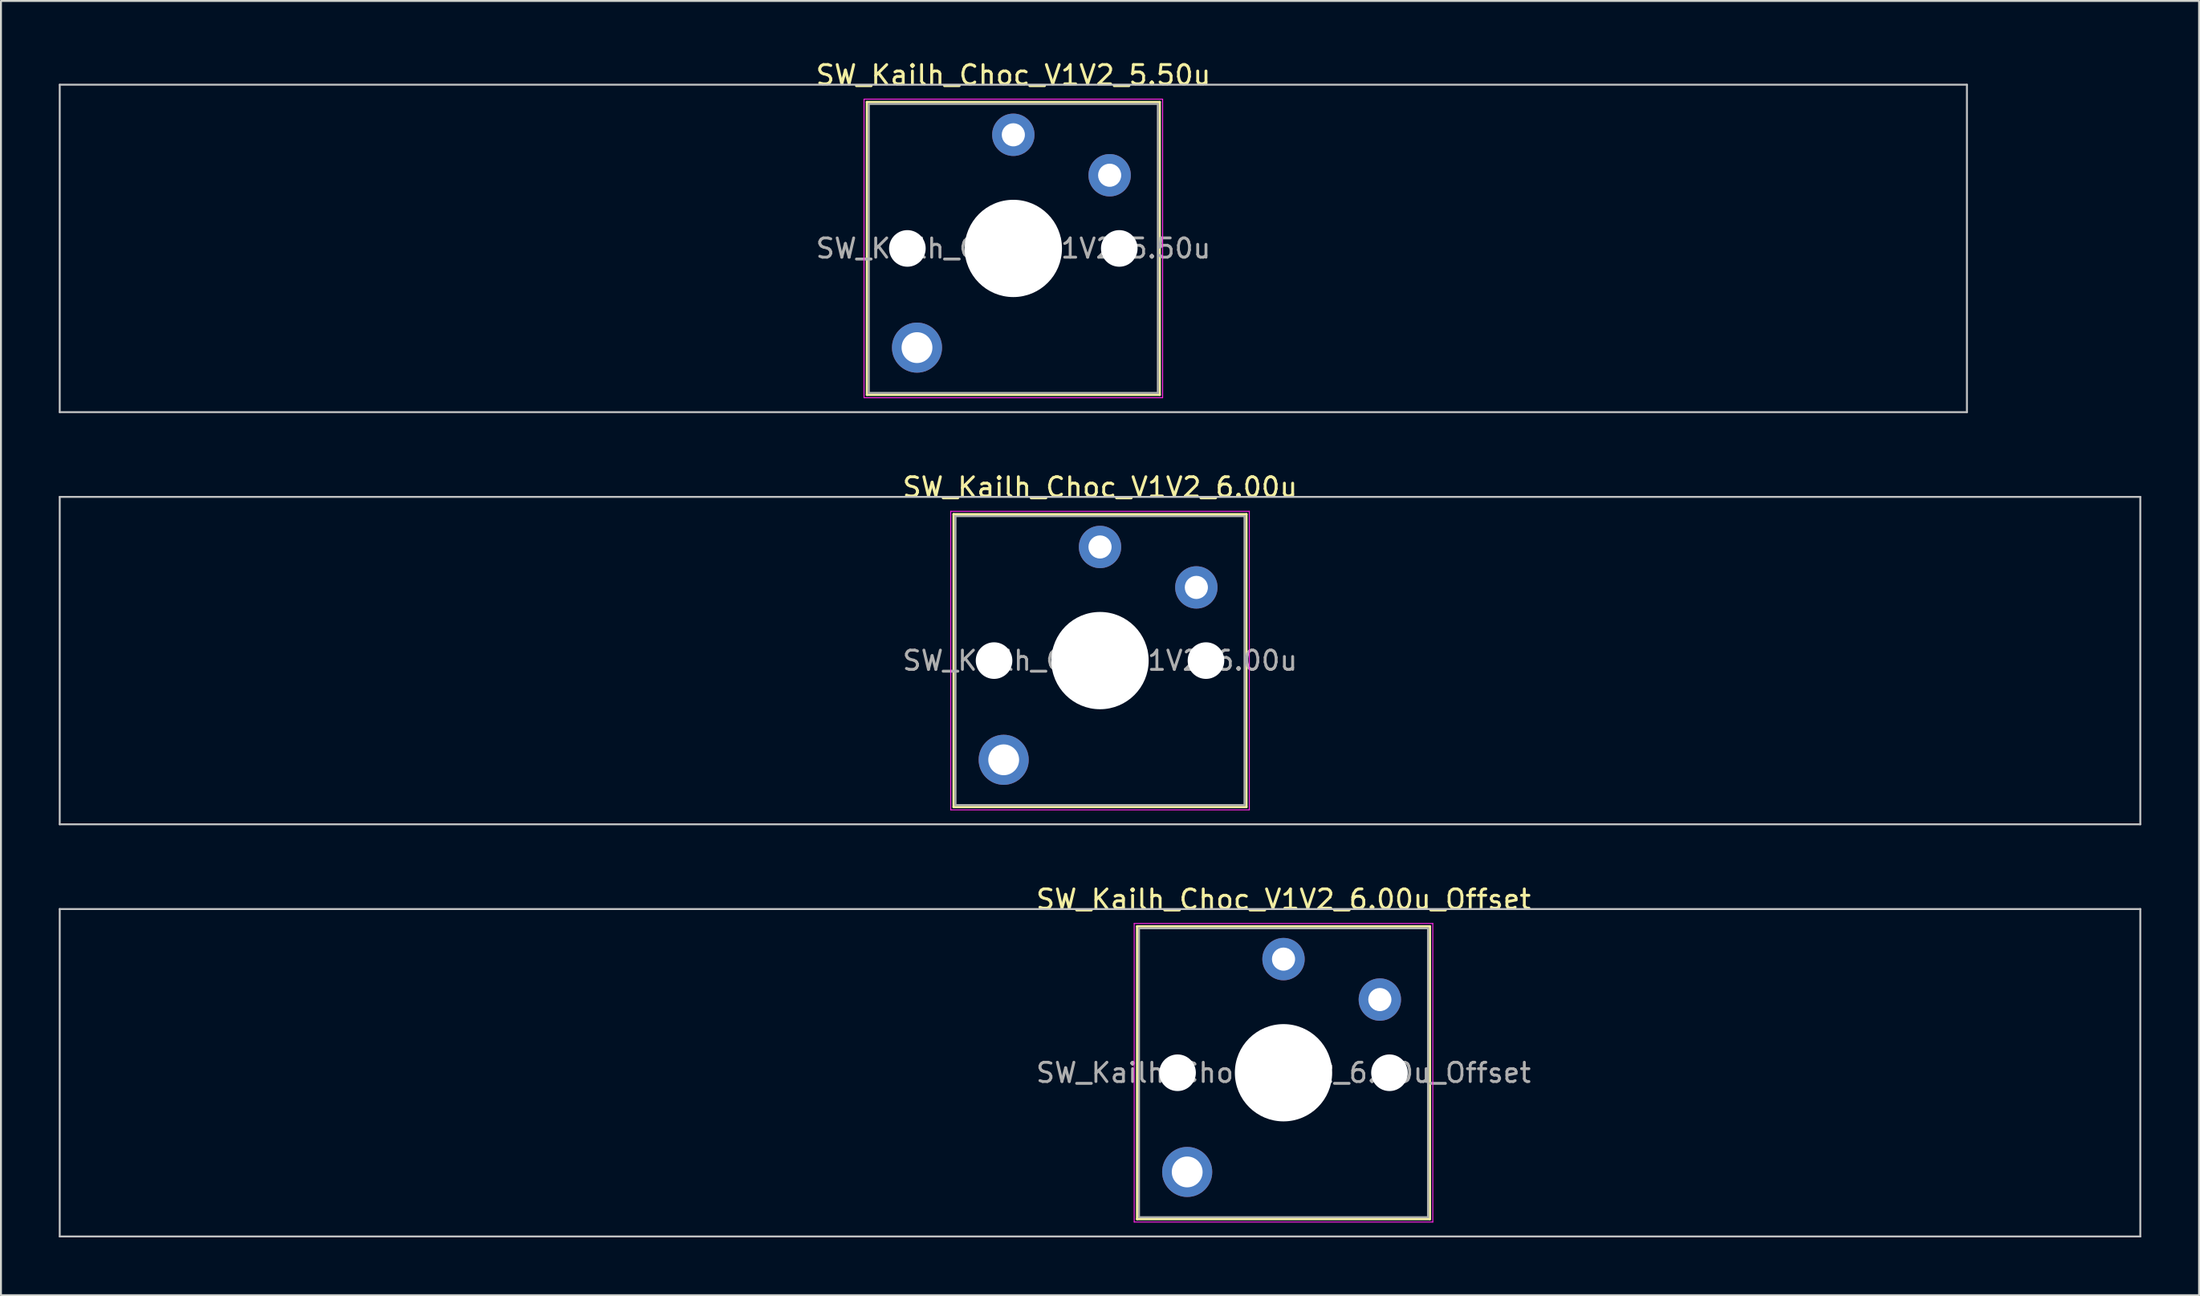
<source format=kicad_pcb>
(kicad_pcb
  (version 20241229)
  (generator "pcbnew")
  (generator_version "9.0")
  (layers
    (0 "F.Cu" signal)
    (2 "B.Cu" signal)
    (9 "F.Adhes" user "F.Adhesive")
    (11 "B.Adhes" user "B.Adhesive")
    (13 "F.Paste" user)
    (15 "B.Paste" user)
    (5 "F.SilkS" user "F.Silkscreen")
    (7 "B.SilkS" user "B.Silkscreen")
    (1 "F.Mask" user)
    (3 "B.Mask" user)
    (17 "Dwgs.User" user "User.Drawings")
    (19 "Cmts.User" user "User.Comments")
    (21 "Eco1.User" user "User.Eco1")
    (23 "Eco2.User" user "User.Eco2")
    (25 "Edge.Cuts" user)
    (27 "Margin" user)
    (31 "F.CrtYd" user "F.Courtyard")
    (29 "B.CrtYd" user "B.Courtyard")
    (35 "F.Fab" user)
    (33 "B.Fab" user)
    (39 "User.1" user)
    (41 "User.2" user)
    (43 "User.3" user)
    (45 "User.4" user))
  (footprint "SW_Kailh_Choc_V1V2_5.50u"
    (layer "F.Cu")
    (at 49.55 9.848)
    (property "Reference" "SW_Kailh_Choc_V1V2_5.50u" (at 0 -9 0) (layer "F.SilkS") (effects (font (size 1 1) (thickness 0.15))))
    (attr through_hole)
    (fp_line (start -7.6 -7.6) (end -7.6 7.6) (stroke (width 0.12) (type solid)) (layer "F.SilkS"))
    (fp_line (start -7.6 7.6) (end 7.6 7.6) (stroke (width 0.12) (type solid)) (layer "F.SilkS"))
    (fp_line (start 7.6 -7.6) (end -7.6 -7.6) (stroke (width 0.12) (type solid)) (layer "F.SilkS"))
    (fp_line (start 7.6 7.6) (end 7.6 -7.6) (stroke (width 0.12) (type solid)) (layer "F.SilkS"))
    (fp_line (start -49.5 -8.5) (end -49.5 8.5) (stroke (width 0.1) (type solid)) (layer "Dwgs.User"))
    (fp_line (start -49.5 8.5) (end 49.5 8.5) (stroke (width 0.1) (type solid)) (layer "Dwgs.User"))
    (fp_line (start 49.5 -8.5) (end -49.5 -8.5) (stroke (width 0.1) (type solid)) (layer "Dwgs.User"))
    (fp_line (start 49.5 8.5) (end 49.5 -8.5) (stroke (width 0.1) (type solid)) (layer "Dwgs.User"))
    (fp_line (start -7.25 -7.25) (end -7.25 7.25) (stroke (width 0.1) (type solid)) (layer "Eco1.User"))
    (fp_line (start -7.25 7.25) (end 7.25 7.25) (stroke (width 0.1) (type solid)) (layer "Eco1.User"))
    (fp_line (start 7.25 -7.25) (end -7.25 -7.25) (stroke (width 0.1) (type solid)) (layer "Eco1.User"))
    (fp_line (start 7.25 7.25) (end 7.25 -7.25) (stroke (width 0.1) (type solid)) (layer "Eco1.User"))
    (fp_line (start -7.75 -7.75) (end -7.75 7.75) (stroke (width 0.05) (type solid)) (layer "F.CrtYd"))
    (fp_line (start -7.75 7.75) (end 7.75 7.75) (stroke (width 0.05) (type solid)) (layer "F.CrtYd"))
    (fp_line (start 7.75 -7.75) (end -7.75 -7.75) (stroke (width 0.05) (type solid)) (layer "F.CrtYd"))
    (fp_line (start 7.75 7.75) (end 7.75 -7.75) (stroke (width 0.05) (type solid)) (layer "F.CrtYd"))
    (fp_line (start -7.5 -7.5) (end -7.5 7.5) (stroke (width 0.1) (type solid)) (layer "F.Fab"))
    (fp_line (start -7.5 7.5) (end 7.5 7.5) (stroke (width 0.1) (type solid)) (layer "F.Fab"))
    (fp_line (start 7.5 -7.5) (end -7.5 -7.5) (stroke (width 0.1) (type solid)) (layer "F.Fab"))
    (fp_line (start 7.5 7.5) (end 7.5 -7.5) (stroke (width 0.1) (type solid)) (layer "F.Fab"))
    (fp_text user "${REFERENCE}" (at 0 0 0) (layer "F.Fab") (effects (font (size 1 1) (thickness 0.15))))
    (pad "" np_thru_hole circle (at -5.5 0) (size 1.9 1.9) (drill 1.9) (layers "*.Cu" "*.Mask"))
    (pad "" smd circle (at -5 5.15) (size 1.65 1.65) (layers "F.Mask"))
    (pad "" thru_hole circle (at -5 5.15) (size 2.6 2.6) (drill 1.6) (layers "*.Cu" "B.Mask"))
    (pad "" smd circle (at 0 -5.9) (size 1.25 1.25) (layers "F.Mask"))
    (pad "" np_thru_hole circle (at 0 0) (size 5.05 5.05) (drill 5.05) (layers "*.Cu" "*.Mask"))
    (pad "" smd circle (at 5 -3.8) (size 1.25 1.25) (layers "F.Mask"))
    (pad "" np_thru_hole circle (at 5.5 0) (size 1.9 1.9) (drill 1.9) (layers "*.Cu" "*.Mask"))
    (pad "1" thru_hole circle (at 0 -5.9) (size 2.2 2.2) (drill 1.2) (layers "*.Cu" "B.Mask"))
    (pad "2" thru_hole circle (at 5 -3.8) (size 2.2 2.2) (drill 1.2) (layers "*.Cu" "B.Mask")))
  (footprint "SW_Kailh_Choc_V1V2_6.00u"
    (layer "F.Cu")
    (at 54.05 31.247)
    (property "Reference" "SW_Kailh_Choc_V1V2_6.00u" (at 0 -9 0) (layer "F.SilkS") (effects (font (size 1 1) (thickness 0.15))))
    (attr through_hole)
    (fp_line (start -7.6 -7.6) (end -7.6 7.6) (stroke (width 0.12) (type solid)) (layer "F.SilkS"))
    (fp_line (start -7.6 7.6) (end 7.6 7.6) (stroke (width 0.12) (type solid)) (layer "F.SilkS"))
    (fp_line (start 7.6 -7.6) (end -7.6 -7.6) (stroke (width 0.12) (type solid)) (layer "F.SilkS"))
    (fp_line (start 7.6 7.6) (end 7.6 -7.6) (stroke (width 0.12) (type solid)) (layer "F.SilkS"))
    (fp_line (start -54 -8.5) (end -54 8.5) (stroke (width 0.1) (type solid)) (layer "Dwgs.User"))
    (fp_line (start -54 8.5) (end 54 8.5) (stroke (width 0.1) (type solid)) (layer "Dwgs.User"))
    (fp_line (start 54 -8.5) (end -54 -8.5) (stroke (width 0.1) (type solid)) (layer "Dwgs.User"))
    (fp_line (start 54 8.5) (end 54 -8.5) (stroke (width 0.1) (type solid)) (layer "Dwgs.User"))
    (fp_line (start -7.25 -7.25) (end -7.25 7.25) (stroke (width 0.1) (type solid)) (layer "Eco1.User"))
    (fp_line (start -7.25 7.25) (end 7.25 7.25) (stroke (width 0.1) (type solid)) (layer "Eco1.User"))
    (fp_line (start 7.25 -7.25) (end -7.25 -7.25) (stroke (width 0.1) (type solid)) (layer "Eco1.User"))
    (fp_line (start 7.25 7.25) (end 7.25 -7.25) (stroke (width 0.1) (type solid)) (layer "Eco1.User"))
    (fp_line (start -7.75 -7.75) (end -7.75 7.75) (stroke (width 0.05) (type solid)) (layer "F.CrtYd"))
    (fp_line (start -7.75 7.75) (end 7.75 7.75) (stroke (width 0.05) (type solid)) (layer "F.CrtYd"))
    (fp_line (start 7.75 -7.75) (end -7.75 -7.75) (stroke (width 0.05) (type solid)) (layer "F.CrtYd"))
    (fp_line (start 7.75 7.75) (end 7.75 -7.75) (stroke (width 0.05) (type solid)) (layer "F.CrtYd"))
    (fp_line (start -7.5 -7.5) (end -7.5 7.5) (stroke (width 0.1) (type solid)) (layer "F.Fab"))
    (fp_line (start -7.5 7.5) (end 7.5 7.5) (stroke (width 0.1) (type solid)) (layer "F.Fab"))
    (fp_line (start 7.5 -7.5) (end -7.5 -7.5) (stroke (width 0.1) (type solid)) (layer "F.Fab"))
    (fp_line (start 7.5 7.5) (end 7.5 -7.5) (stroke (width 0.1) (type solid)) (layer "F.Fab"))
    (fp_text user "${REFERENCE}" (at 0 0 0) (layer "F.Fab") (effects (font (size 1 1) (thickness 0.15))))
    (pad "" np_thru_hole circle (at -5.5 0) (size 1.9 1.9) (drill 1.9) (layers "*.Cu" "*.Mask"))
    (pad "" smd circle (at -5 5.15) (size 1.65 1.65) (layers "F.Mask"))
    (pad "" thru_hole circle (at -5 5.15) (size 2.6 2.6) (drill 1.6) (layers "*.Cu" "B.Mask"))
    (pad "" smd circle (at 0 -5.9) (size 1.25 1.25) (layers "F.Mask"))
    (pad "" np_thru_hole circle (at 0 0) (size 5.05 5.05) (drill 5.05) (layers "*.Cu" "*.Mask"))
    (pad "" smd circle (at 5 -3.8) (size 1.25 1.25) (layers "F.Mask"))
    (pad "" np_thru_hole circle (at 5.5 0) (size 1.9 1.9) (drill 1.9) (layers "*.Cu" "*.Mask"))
    (pad "1" thru_hole circle (at 0 -5.9) (size 2.2 2.2) (drill 1.2) (layers "*.Cu" "B.Mask"))
    (pad "2" thru_hole circle (at 5 -3.8) (size 2.2 2.2) (drill 1.2) (layers "*.Cu" "B.Mask")))
  (footprint "SW_Kailh_Choc_V1V2_6.00u_Offset"
    (layer "F.Cu")
    (at 63.575 52.645)
    (property "Reference" "SW_Kailh_Choc_V1V2_6.00u_Offset" (at 0 -9 0) (layer "F.SilkS") (effects (font (size 1 1) (thickness 0.15))))
    (attr through_hole)
    (fp_line (start -7.6 -7.6) (end -7.6 7.6) (stroke (width 0.12) (type solid)) (layer "F.SilkS"))
    (fp_line (start -7.6 7.6) (end 7.6 7.6) (stroke (width 0.12) (type solid)) (layer "F.SilkS"))
    (fp_line (start 7.6 -7.6) (end -7.6 -7.6) (stroke (width 0.12) (type solid)) (layer "F.SilkS"))
    (fp_line (start 7.6 7.6) (end 7.6 -7.6) (stroke (width 0.12) (type solid)) (layer "F.SilkS"))
    (fp_line (start -63.525 -8.5) (end -63.525 8.5) (stroke (width 0.1) (type solid)) (layer "Dwgs.User"))
    (fp_line (start -63.525 8.5) (end 44.475 8.5) (stroke (width 0.1) (type solid)) (layer "Dwgs.User"))
    (fp_line (start 44.475 -8.5) (end -63.525 -8.5) (stroke (width 0.1) (type solid)) (layer "Dwgs.User"))
    (fp_line (start 44.475 8.5) (end 44.475 -8.5) (stroke (width 0.1) (type solid)) (layer "Dwgs.User"))
    (fp_line (start -7.25 -7.25) (end -7.25 7.25) (stroke (width 0.1) (type solid)) (layer "Eco1.User"))
    (fp_line (start -7.25 7.25) (end 7.25 7.25) (stroke (width 0.1) (type solid)) (layer "Eco1.User"))
    (fp_line (start 7.25 -7.25) (end -7.25 -7.25) (stroke (width 0.1) (type solid)) (layer "Eco1.User"))
    (fp_line (start 7.25 7.25) (end 7.25 -7.25) (stroke (width 0.1) (type solid)) (layer "Eco1.User"))
    (fp_line (start -7.75 -7.75) (end -7.75 7.75) (stroke (width 0.05) (type solid)) (layer "F.CrtYd"))
    (fp_line (start -7.75 7.75) (end 7.75 7.75) (stroke (width 0.05) (type solid)) (layer "F.CrtYd"))
    (fp_line (start 7.75 -7.75) (end -7.75 -7.75) (stroke (width 0.05) (type solid)) (layer "F.CrtYd"))
    (fp_line (start 7.75 7.75) (end 7.75 -7.75) (stroke (width 0.05) (type solid)) (layer "F.CrtYd"))
    (fp_line (start -7.5 -7.5) (end -7.5 7.5) (stroke (width 0.1) (type solid)) (layer "F.Fab"))
    (fp_line (start -7.5 7.5) (end 7.5 7.5) (stroke (width 0.1) (type solid)) (layer "F.Fab"))
    (fp_line (start 7.5 -7.5) (end -7.5 -7.5) (stroke (width 0.1) (type solid)) (layer "F.Fab"))
    (fp_line (start 7.5 7.5) (end 7.5 -7.5) (stroke (width 0.1) (type solid)) (layer "F.Fab"))
    (fp_text user "${REFERENCE}" (at 0 0 0) (layer "F.Fab") (effects (font (size 1 1) (thickness 0.15))))
    (pad "" np_thru_hole circle (at -5.5 0) (size 1.9 1.9) (drill 1.9) (layers "*.Cu" "*.Mask"))
    (pad "" smd circle (at -5 5.15) (size 1.65 1.65) (layers "F.Mask"))
    (pad "" thru_hole circle (at -5 5.15) (size 2.6 2.6) (drill 1.6) (layers "*.Cu" "B.Mask"))
    (pad "" smd circle (at 0 -5.9) (size 1.25 1.25) (layers "F.Mask"))
    (pad "" np_thru_hole circle (at 0 0) (size 5.05 5.05) (drill 5.05) (layers "*.Cu" "*.Mask"))
    (pad "" smd circle (at 5 -3.8) (size 1.25 1.25) (layers "F.Mask"))
    (pad "" np_thru_hole circle (at 5.5 0) (size 1.9 1.9) (drill 1.9) (layers "*.Cu" "*.Mask"))
    (pad "1" thru_hole circle (at 0 -5.9) (size 2.2 2.2) (drill 1.2) (layers "*.Cu" "B.Mask"))
    (pad "2" thru_hole circle (at 5 -3.8) (size 2.2 2.2) (drill 1.2) (layers "*.Cu" "B.Mask")))
  (gr_rect
    (start -3 -3)
    (end 111.1 64.195)
    (stroke (width 0.1) (type default))
    (fill no)
    (layer "Edge.Cuts")))
</source>
